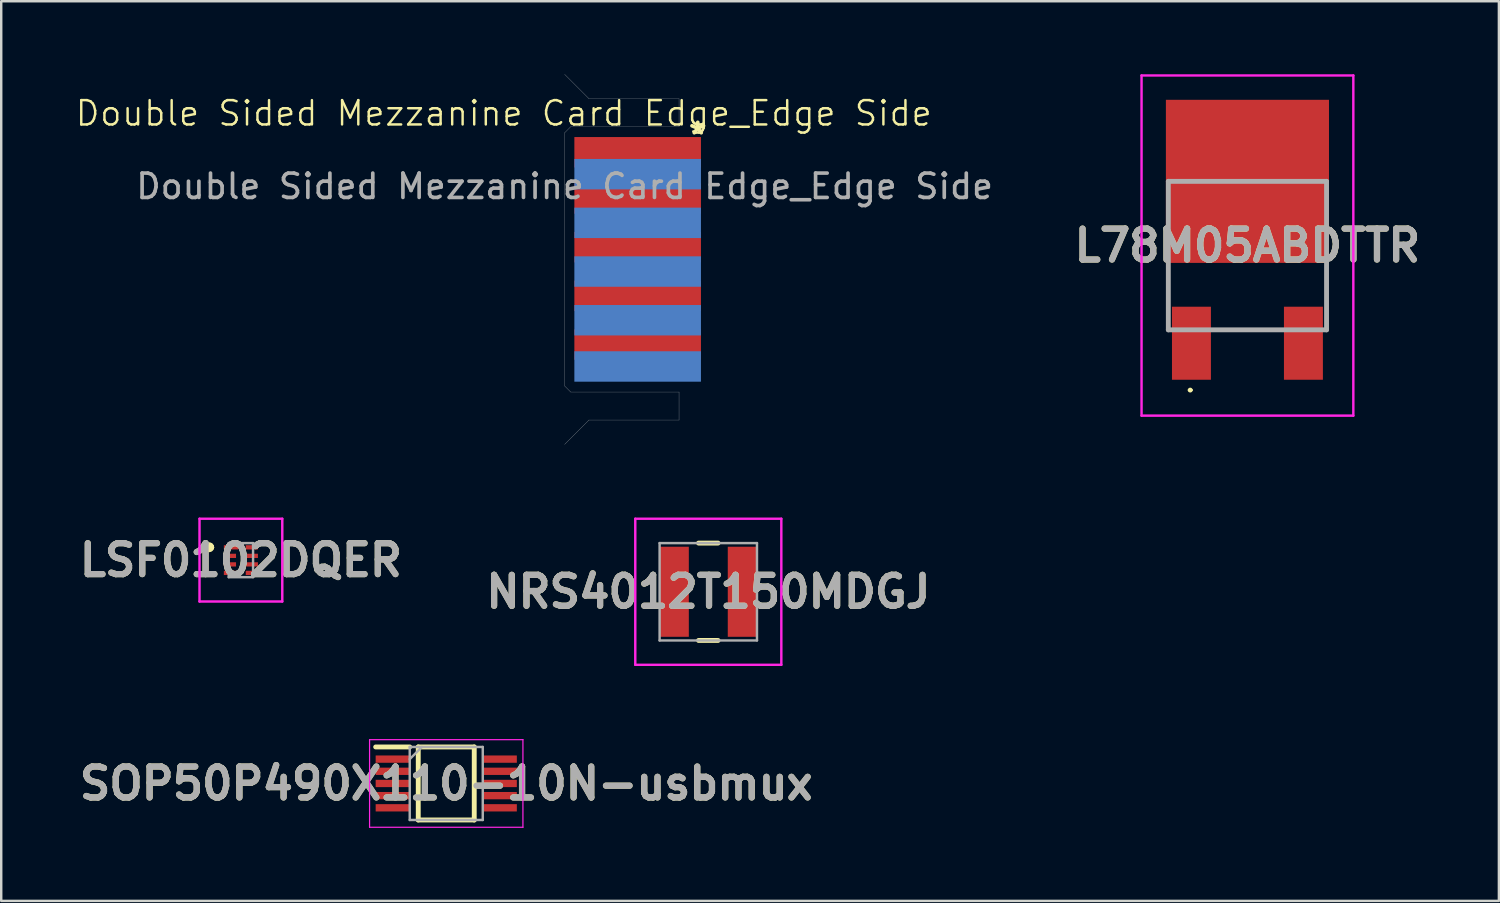
<source format=kicad_pcb>
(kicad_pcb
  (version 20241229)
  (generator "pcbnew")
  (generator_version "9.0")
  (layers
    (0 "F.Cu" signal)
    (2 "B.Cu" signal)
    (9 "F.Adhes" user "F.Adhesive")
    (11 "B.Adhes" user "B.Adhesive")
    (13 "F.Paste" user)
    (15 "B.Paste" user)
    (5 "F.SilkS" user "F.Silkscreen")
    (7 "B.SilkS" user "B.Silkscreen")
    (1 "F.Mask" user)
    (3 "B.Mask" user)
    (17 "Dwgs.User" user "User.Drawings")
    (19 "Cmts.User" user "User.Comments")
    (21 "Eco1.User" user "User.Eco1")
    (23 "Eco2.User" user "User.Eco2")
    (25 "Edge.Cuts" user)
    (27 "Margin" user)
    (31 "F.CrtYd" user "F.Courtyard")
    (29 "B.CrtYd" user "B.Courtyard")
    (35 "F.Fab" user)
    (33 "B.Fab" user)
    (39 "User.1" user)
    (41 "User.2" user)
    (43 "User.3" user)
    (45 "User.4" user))
  (footprint "LSF0102DQER"
    (layer "F.Cu")
    (at 6.846 19.96)
    (property "Reference" "LSF0102DQER" (at 0 0 0) (layer "F.SilkS") (effects (font (size 1.27 1.27) (thickness 0.254))))
    (attr smd)
    (fp_line (start -1.4 -0.525) (end -1.4 -0.525) (stroke (width 0.2) (type solid)) (layer "F.SilkS"))
    (fp_line (start -1.2 -0.525) (end -1.2 -0.525) (stroke (width 0.2) (type solid)) (layer "F.SilkS"))
    (fp_line (start -1.2 -0.525) (end -1.2 -0.525) (stroke (width 0.2) (type solid)) (layer "F.SilkS"))
    (fp_arc (start -1.4 -0.525) (mid -1.3 -0.625) (end -1.2 -0.525) (stroke (width 0.2) (type solid)) (layer "F.SilkS"))
    (fp_arc (start -1.4 -0.525) (mid -1.3 -0.625) (end -1.2 -0.525) (stroke (width 0.2) (type solid)) (layer "F.SilkS"))
    (fp_arc (start -1.2 -0.525) (mid -1.3 -0.425) (end -1.4 -0.525) (stroke (width 0.2) (type solid)) (layer "F.SilkS"))
    (fp_line (start -1.7 -1.7) (end 1.7 -1.7) (stroke (width 0.1) (type solid)) (layer "F.CrtYd"))
    (fp_line (start -1.7 1.7) (end -1.7 -1.7) (stroke (width 0.1) (type solid)) (layer "F.CrtYd"))
    (fp_line (start 1.7 -1.7) (end 1.7 1.7) (stroke (width 0.1) (type solid)) (layer "F.CrtYd"))
    (fp_line (start 1.7 1.7) (end -1.7 1.7) (stroke (width 0.1) (type solid)) (layer "F.CrtYd"))
    (fp_line (start -0.5 -0.7) (end -0.5 0.7) (stroke (width 0.1) (type solid)) (layer "F.Fab"))
    (fp_line (start -0.5 0.7) (end 0.5 0.7) (stroke (width 0.1) (type solid)) (layer "F.Fab"))
    (fp_line (start 0.5 -0.7) (end -0.5 -0.7) (stroke (width 0.1) (type solid)) (layer "F.Fab"))
    (fp_line (start 0.5 0.7) (end 0.5 -0.7) (stroke (width 0.1) (type solid)) (layer "F.Fab"))
    (fp_text user "${REFERENCE}" (at 0 0 0) (layer "F.Fab") (effects (font (size 1.27 1.27) (thickness 0.254))))
    (pad "1" smd rect (at -0.4 -0.525 90) (size 0.175 0.6) (layers "F.Cu" "F.Mask" "F.Paste"))
    (pad "2" smd rect (at -0.45 -0.175 90) (size 0.175 0.5) (layers "F.Cu" "F.Mask" "F.Paste"))
    (pad "3" smd rect (at -0.45 0.175 90) (size 0.175 0.5) (layers "F.Cu" "F.Mask" "F.Paste"))
    (pad "4" smd rect (at -0.45 0.525 90) (size 0.175 0.5) (layers "F.Cu" "F.Mask" "F.Paste"))
    (pad "5" smd rect (at 0.45 0.525 90) (size 0.175 0.5) (layers "F.Cu" "F.Mask" "F.Paste"))
    (pad "6" smd rect (at 0.45 0.175 90) (size 0.175 0.5) (layers "F.Cu" "F.Mask" "F.Paste"))
    (pad "7" smd rect (at 0.45 -0.175 90) (size 0.175 0.5) (layers "F.Cu" "F.Mask" "F.Paste"))
    (pad "8" smd rect (at 0.45 -0.525 90) (size 0.175 0.5) (layers "F.Cu" "F.Mask" "F.Paste")))
  (footprint "SOP50P490X110-10N-usbmux"
    (layer "F.Cu")
    (at 15.282 29.135)
    (property "Reference" "SOP50P490X110-10N-usbmux" (at 0 0 0) (layer "F.SilkS") (effects (font (size 1.27 1.27) (thickness 0.254))))
    (attr smd)
    (fp_line (start -2.9 -1.5) (end -1.5 -1.5) (stroke (width 0.2) (type solid)) (layer "F.SilkS"))
    (fp_line (start -1.15 -1.5) (end 1.15 -1.5) (stroke (width 0.2) (type solid)) (layer "F.SilkS"))
    (fp_line (start -1.15 1.5) (end -1.15 -1.5) (stroke (width 0.2) (type solid)) (layer "F.SilkS"))
    (fp_line (start 1.15 -1.5) (end 1.15 1.5) (stroke (width 0.2) (type solid)) (layer "F.SilkS"))
    (fp_line (start 1.15 1.5) (end -1.15 1.5) (stroke (width 0.2) (type solid)) (layer "F.SilkS"))
    (fp_line (start -3.15 -1.8) (end 3.15 -1.8) (stroke (width 0.05) (type solid)) (layer "F.CrtYd"))
    (fp_line (start -3.15 1.8) (end -3.15 -1.8) (stroke (width 0.05) (type solid)) (layer "F.CrtYd"))
    (fp_line (start 3.15 -1.8) (end 3.15 1.8) (stroke (width 0.05) (type solid)) (layer "F.CrtYd"))
    (fp_line (start 3.15 1.8) (end -3.15 1.8) (stroke (width 0.05) (type solid)) (layer "F.CrtYd"))
    (fp_line (start -1.5 -1.5) (end 1.5 -1.5) (stroke (width 0.1) (type solid)) (layer "F.Fab"))
    (fp_line (start -1.5 -1) (end -1 -1.5) (stroke (width 0.1) (type solid)) (layer "F.Fab"))
    (fp_line (start -1.5 1.5) (end -1.5 -1.5) (stroke (width 0.1) (type solid)) (layer "F.Fab"))
    (fp_line (start 1.5 -1.5) (end 1.5 1.5) (stroke (width 0.1) (type solid)) (layer "F.Fab"))
    (fp_line (start 1.5 1.5) (end -1.5 1.5) (stroke (width 0.1) (type solid)) (layer "F.Fab"))
    (fp_text user "${REFERENCE}" (at 0 0 0) (layer "F.Fab") (effects (font (size 1.27 1.27) (thickness 0.254))))
    (pad "1" smd rect (at -2.2 -1 90) (size 0.3 1.4) (layers "F.Cu" "F.Mask" "F.Paste"))
    (pad "2" smd rect (at -2.2 -0.5 90) (size 0.3 1.4) (layers "F.Cu" "F.Mask" "F.Paste"))
    (pad "3" smd rect (at -2.2 0 90) (size 0.3 1.4) (layers "F.Cu" "F.Mask" "F.Paste"))
    (pad "4" smd rect (at -2.2 0.5 90) (size 0.3 1.4) (layers "F.Cu" "F.Mask" "F.Paste"))
    (pad "5" smd rect (at -2.2 1 90) (size 0.3 1.4) (layers "F.Cu" "F.Mask" "F.Paste"))
    (pad "6" smd rect (at 2.2 1 90) (size 0.3 1.4) (layers "F.Cu" "F.Mask" "F.Paste"))
    (pad "7" smd rect (at 2.2 0.5 90) (size 0.3 1.4) (layers "F.Cu" "F.Mask" "F.Paste"))
    (pad "8" smd rect (at 2.2 0 90) (size 0.3 1.4) (layers "F.Cu" "F.Mask" "F.Paste"))
    (pad "9" smd rect (at 2.2 -0.5 90) (size 0.3 1.4) (layers "F.Cu" "F.Mask" "F.Paste"))
    (pad "10" smd rect (at 2.2 -1 90) (size 0.3 1.4) (layers "F.Cu" "F.Mask" "F.Paste")))
  (footprint "L78M05ABDTTR"
    (layer "F.Cu")
    (at 48.195 7.725)
    (property "Reference" "L78M05ABDTTR" (at 0 -0.688 0) (layer "F.SilkS") (effects (font (size 1.27 1.27) (thickness 0.254))))
    (attr smd)
    (fp_line (start -3.25 0.5) (end -3.25 1.5) (stroke (width 0.1) (type solid)) (layer "F.SilkS"))
    (fp_line (start -2.4 5.25) (end -2.4 5.25) (stroke (width 0.1) (type solid)) (layer "F.SilkS"))
    (fp_line (start -2.3 5.25) (end -2.3 5.25) (stroke (width 0.1) (type solid)) (layer "F.SilkS"))
    (fp_line (start -1.25 2.775) (end 1.25 2.775) (stroke (width 0.1) (type solid)) (layer "F.SilkS"))
    (fp_line (start 3.25 0.5) (end 3.25 1.5) (stroke (width 0.1) (type solid)) (layer "F.SilkS"))
    (fp_arc (start -2.4 5.25) (mid -2.35 5.2) (end -2.3 5.25) (stroke (width 0.1) (type solid)) (layer "F.SilkS"))
    (fp_arc (start -2.3 5.25) (mid -2.35 5.3) (end -2.4 5.25) (stroke (width 0.1) (type solid)) (layer "F.SilkS"))
    (fp_line (start -4.35 -7.675) (end 4.35 -7.675) (stroke (width 0.1) (type solid)) (layer "F.CrtYd"))
    (fp_line (start -4.35 6.3) (end -4.35 -7.675) (stroke (width 0.1) (type solid)) (layer "F.CrtYd"))
    (fp_line (start 4.35 -7.675) (end 4.35 6.3) (stroke (width 0.1) (type solid)) (layer "F.CrtYd"))
    (fp_line (start 4.35 6.3) (end -4.35 6.3) (stroke (width 0.1) (type solid)) (layer "F.CrtYd"))
    (fp_line (start -3.25 -3.325) (end 3.25 -3.325) (stroke (width 0.2) (type solid)) (layer "F.Fab"))
    (fp_line (start -3.25 2.775) (end -3.25 -3.325) (stroke (width 0.2) (type solid)) (layer "F.Fab"))
    (fp_line (start 3.25 -3.325) (end 3.25 2.775) (stroke (width 0.2) (type solid)) (layer "F.Fab"))
    (fp_line (start 3.25 2.775) (end -3.25 2.775) (stroke (width 0.2) (type solid)) (layer "F.Fab"))
    (fp_text user "${REFERENCE}" (at 0 -0.688 0) (layer "F.Fab") (effects (font (size 1.27 1.27) (thickness 0.254))))
    (pad "1" smd rect (at -2.3 3.325) (size 1.6 3) (layers "F.Cu" "F.Mask" "F.Paste"))
    (pad "2" smd rect (at 0 -3.325 90) (size 6.7 6.7) (layers "F.Cu" "F.Mask" "F.Paste"))
    (pad "3" smd rect (at 2.3 3.325) (size 1.6 3) (layers "F.Cu" "F.Mask" "F.Paste")))
  (footprint "Double Sided Mezzanine Card Edge_Edge Side"
    (layer "F.Cu")
    (at 20.145 2.105)
    (property "Reference" "Double Sided Mezzanine Card Edge_Edge Side" (at -2.5 -0.5 0) (unlocked yes) (layer "F.SilkS") (effects (font (size 1 1) (thickness 0.1))))
    (fp_line (start 0 0.3) (end 0.25 0.05) (stroke (width 0.01) (type solid)) (layer "Dwgs.User"))
    (fp_line (start 0 10.7) (end 0 0.3) (stroke (width 0.01) (type solid)) (layer "Dwgs.User"))
    (fp_line (start 0 10.7) (end 0.25 10.95) (stroke (width 0.01) (type solid)) (layer "Dwgs.User"))
    (fp_line (start 0.25 0.05) (end 4.7 0.05) (stroke (width 0.01) (type solid)) (layer "Dwgs.User"))
    (fp_line (start 1 -1.1) (end 0 -2.1) (stroke (width 0.01) (type solid)) (layer "Dwgs.User"))
    (fp_line (start 1 12.1) (end 0 13.1) (stroke (width 0.01) (type solid)) (layer "Dwgs.User"))
    (fp_line (start 4.7 -1.1) (end 1 -1.1) (stroke (width 0.01) (type solid)) (layer "Dwgs.User"))
    (fp_line (start 4.7 0.05) (end 4.7 -1.1) (stroke (width 0.01) (type solid)) (layer "Dwgs.User"))
    (fp_line (start 4.7 10.95) (end 0.25 10.95) (stroke (width 0.01) (type solid)) (layer "Dwgs.User"))
    (fp_line (start 4.7 10.95) (end 4.7 12.1) (stroke (width 0.01) (type solid)) (layer "Dwgs.User"))
    (fp_line (start 4.7 12.1) (end 1 12.1) (stroke (width 0.01) (type solid)) (layer "Dwgs.User"))
    (fp_text user "*" (at 4.99 1 0) (unlocked yes) (layer "F.SilkS") (effects (font (size 1 1) (thickness 0.15)) (justify left bottom)))
    (fp_text user "${REFERENCE}" (at 0 2.5 0) (unlocked yes) (layer "F.Fab") (effects (font (size 1 1) (thickness 0.15))))
    (pad "1" smd rect (at 3 1.1) (size 5.2 1.25) (layers "F.Cu" "F.Mask"))
    (pad "2" smd rect (at 3 3) (size 5.2 1.25) (layers "F.Cu" "F.Mask"))
    (pad "3" smd rect (at 3 5) (size 5.2 1.25) (layers "F.Cu" "F.Mask"))
    (pad "4" smd rect (at 3 7) (size 5.2 1.25) (layers "F.Cu" "F.Mask"))
    (pad "5" smd rect (at 3 9) (size 5.2 1.25) (layers "F.Cu" "F.Mask"))
    (pad "6" smd rect (at 3 2) (size 5.2 1.25) (layers "B.Cu" "B.Mask"))
    (pad "7" smd rect (at 3 4) (size 5.2 1.25) (layers "B.Cu" "B.Mask"))
    (pad "8" smd rect (at 3 6) (size 5.2 1.25) (layers "B.Cu" "B.Mask"))
    (pad "9" smd rect (at 3 8) (size 5.2 1.25) (layers "B.Cu" "B.Mask"))
    (pad "10" smd rect (at 3 9.9) (size 5.2 1.25) (layers "B.Cu" "B.Mask")))
  (footprint "NRS4012T150MDGJ"
    (layer "F.Cu")
    (at 26.047 21.26)
    (property "Reference" "NRS4012T150MDGJ" (at 0 0 0) (layer "F.SilkS") (effects (font (size 1.27 1.27) (thickness 0.254))))
    (attr smd)
    (fp_line (start -0.4 -2) (end 0.4 -2) (stroke (width 0.2) (type solid)) (layer "F.SilkS"))
    (fp_line (start -0.4 2) (end 0.4 2) (stroke (width 0.2) (type solid)) (layer "F.SilkS"))
    (fp_line (start -3 -3) (end 3 -3) (stroke (width 0.1) (type solid)) (layer "F.CrtYd"))
    (fp_line (start -3 3) (end -3 -3) (stroke (width 0.1) (type solid)) (layer "F.CrtYd"))
    (fp_line (start 3 -3) (end 3 3) (stroke (width 0.1) (type solid)) (layer "F.CrtYd"))
    (fp_line (start 3 3) (end -3 3) (stroke (width 0.1) (type solid)) (layer "F.CrtYd"))
    (fp_line (start -2 -2) (end 2 -2) (stroke (width 0.1) (type solid)) (layer "F.Fab"))
    (fp_line (start -2 2) (end -2 -2) (stroke (width 0.1) (type solid)) (layer "F.Fab"))
    (fp_line (start 2 -2) (end 2 2) (stroke (width 0.1) (type solid)) (layer "F.Fab"))
    (fp_line (start 2 2) (end -2 2) (stroke (width 0.1) (type solid)) (layer "F.Fab"))
    (fp_text user "${REFERENCE}" (at 0 0 0) (layer "F.Fab") (effects (font (size 1.27 1.27) (thickness 0.254))))
    (pad "1" smd rect (at -1.4 0) (size 1.2 3.7) (layers "F.Cu" "F.Mask" "F.Paste"))
    (pad "2" smd rect (at 1.4 0) (size 1.2 3.7) (layers "F.Cu" "F.Mask" "F.Paste")))
  (gr_rect
    (start -3 -3)
    (end 58.525 33.96)
    (stroke (width 0.1) (type default))
    (fill no)
    (layer "Edge.Cuts")))
</source>
